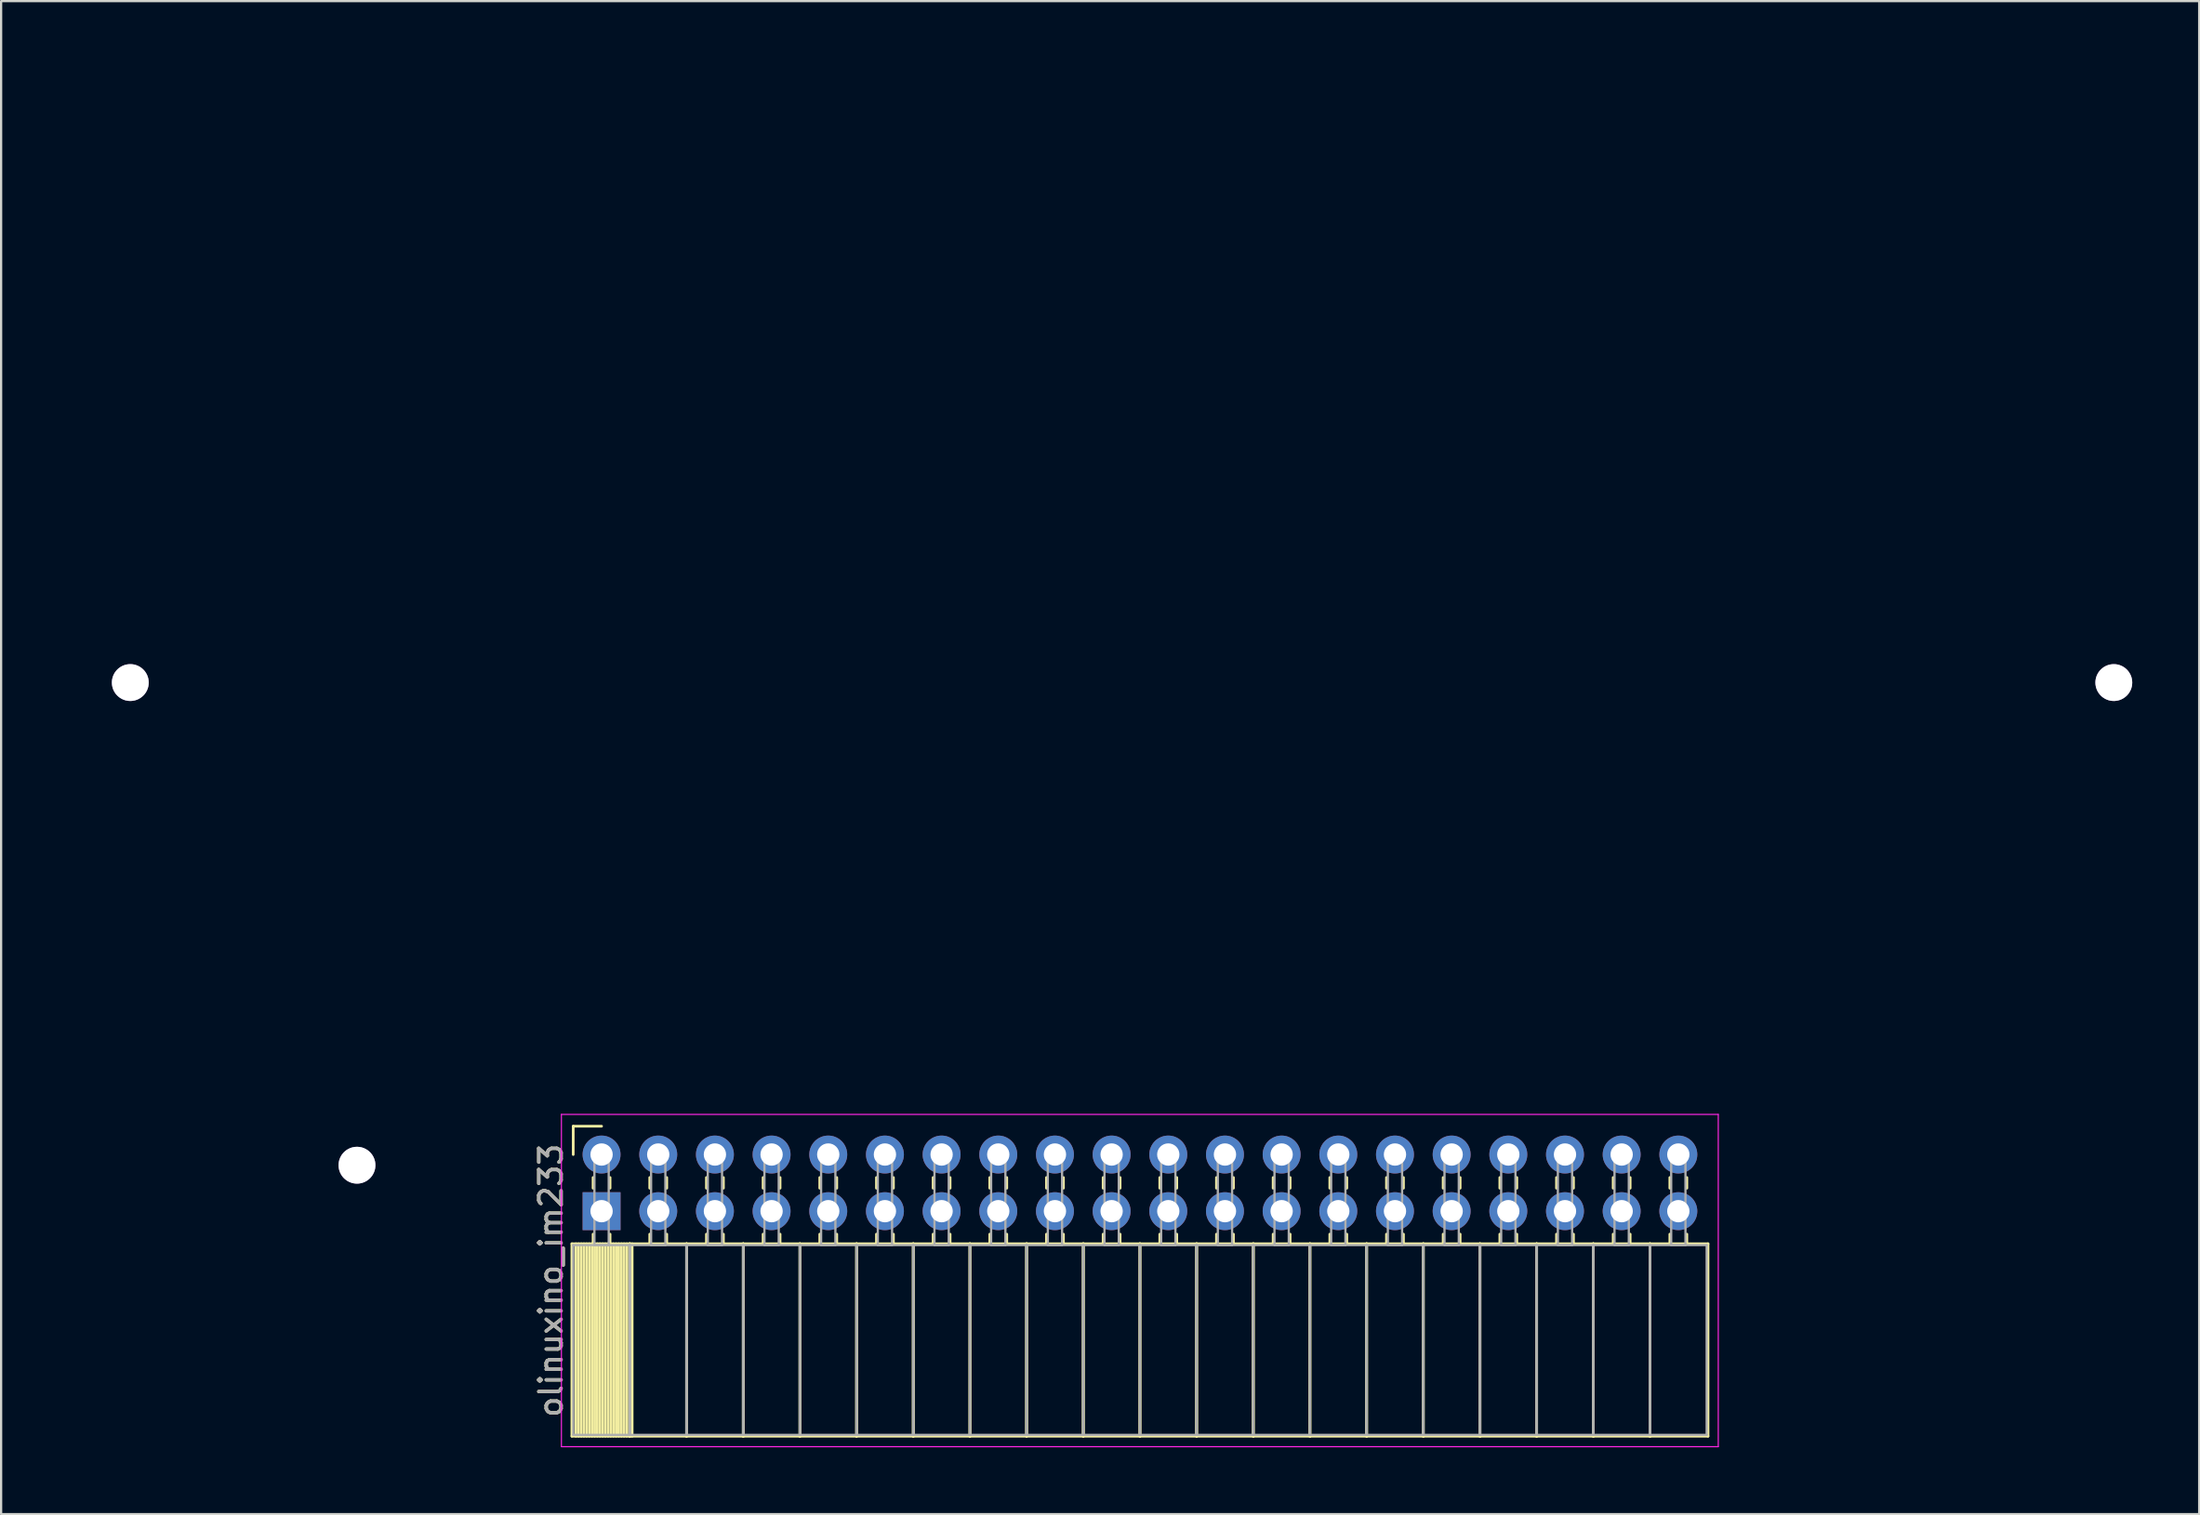
<source format=kicad_pcb>
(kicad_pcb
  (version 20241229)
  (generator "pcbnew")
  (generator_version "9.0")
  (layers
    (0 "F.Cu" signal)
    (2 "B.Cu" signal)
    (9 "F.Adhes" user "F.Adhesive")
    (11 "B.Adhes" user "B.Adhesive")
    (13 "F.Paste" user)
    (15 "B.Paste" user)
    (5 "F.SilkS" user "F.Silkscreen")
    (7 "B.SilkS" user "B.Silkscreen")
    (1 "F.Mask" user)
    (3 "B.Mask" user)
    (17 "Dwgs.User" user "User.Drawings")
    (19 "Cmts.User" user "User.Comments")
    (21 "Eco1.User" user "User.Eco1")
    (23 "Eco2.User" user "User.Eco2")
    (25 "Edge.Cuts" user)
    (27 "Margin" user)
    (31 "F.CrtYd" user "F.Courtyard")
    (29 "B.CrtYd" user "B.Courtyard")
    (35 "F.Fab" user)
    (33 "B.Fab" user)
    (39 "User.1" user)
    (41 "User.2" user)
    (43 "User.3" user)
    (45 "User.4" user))
  (footprint "olinuxino_im233"
    (layer "F.Cu")
    (at 0.25 0.25)
    (property "Reference" "olinuxino_im233" (at 21.392 54.117 90) (layer "F.SilkS") (effects (font (size 1 1) (thickness 0.15))))
    (attr through_hole)
    (fp_line (start 22.332 52.467) (end 24.932 52.467) (stroke (width 0.12) (type solid)) (layer "F.SilkS"))
    (fp_line (start 22.332 61.097) (end 22.332 52.467) (stroke (width 0.12) (type solid)) (layer "F.SilkS"))
    (fp_line (start 22.392 47.197) (end 23.662 47.197) (stroke (width 0.12) (type solid)) (layer "F.SilkS"))
    (fp_line (start 22.392 48.467) (end 22.392 47.197) (stroke (width 0.12) (type solid)) (layer "F.SilkS"))
    (fp_line (start 22.512 52.467) (end 22.512 61.097) (stroke (width 0.12) (type solid)) (layer "F.SilkS"))
    (fp_line (start 22.632 52.467) (end 22.632 61.097) (stroke (width 0.12) (type solid)) (layer "F.SilkS"))
    (fp_line (start 22.752 52.467) (end 22.752 61.097) (stroke (width 0.12) (type solid)) (layer "F.SilkS"))
    (fp_line (start 22.872 52.467) (end 22.872 61.097) (stroke (width 0.12) (type solid)) (layer "F.SilkS"))
    (fp_line (start 22.992 52.467) (end 22.992 61.097) (stroke (width 0.12) (type solid)) (layer "F.SilkS"))
    (fp_line (start 23.112 52.467) (end 23.112 61.097) (stroke (width 0.12) (type solid)) (layer "F.SilkS"))
    (fp_line (start 23.232 52.467) (end 23.232 61.097) (stroke (width 0.12) (type solid)) (layer "F.SilkS"))
    (fp_line (start 23.282 49.497) (end 23.282 49.977) (stroke (width 0.12) (type solid)) (layer "F.SilkS"))
    (fp_line (start 23.282 52.037) (end 23.282 52.467) (stroke (width 0.12) (type solid)) (layer "F.SilkS"))
    (fp_line (start 23.352 52.467) (end 23.352 61.097) (stroke (width 0.12) (type solid)) (layer "F.SilkS"))
    (fp_line (start 23.472 52.467) (end 23.472 61.097) (stroke (width 0.12) (type solid)) (layer "F.SilkS"))
    (fp_line (start 23.592 52.467) (end 23.592 61.097) (stroke (width 0.12) (type solid)) (layer "F.SilkS"))
    (fp_line (start 23.712 52.467) (end 23.712 61.097) (stroke (width 0.12) (type solid)) (layer "F.SilkS"))
    (fp_line (start 23.832 52.467) (end 23.832 61.097) (stroke (width 0.12) (type solid)) (layer "F.SilkS"))
    (fp_line (start 23.952 52.467) (end 23.952 61.097) (stroke (width 0.12) (type solid)) (layer "F.SilkS"))
    (fp_line (start 24.042 49.497) (end 24.042 49.977) (stroke (width 0.12) (type solid)) (layer "F.SilkS"))
    (fp_line (start 24.042 52.037) (end 24.042 52.467) (stroke (width 0.12) (type solid)) (layer "F.SilkS"))
    (fp_line (start 24.072 52.467) (end 24.072 61.097) (stroke (width 0.12) (type solid)) (layer "F.SilkS"))
    (fp_line (start 24.192 52.467) (end 24.192 61.097) (stroke (width 0.12) (type solid)) (layer "F.SilkS"))
    (fp_line (start 24.312 52.467) (end 24.312 61.097) (stroke (width 0.12) (type solid)) (layer "F.SilkS"))
    (fp_line (start 24.432 52.467) (end 24.432 61.097) (stroke (width 0.12) (type solid)) (layer "F.SilkS"))
    (fp_line (start 24.552 52.467) (end 24.552 61.097) (stroke (width 0.12) (type solid)) (layer "F.SilkS"))
    (fp_line (start 24.672 52.467) (end 24.672 61.097) (stroke (width 0.12) (type solid)) (layer "F.SilkS"))
    (fp_line (start 24.792 52.467) (end 24.792 61.097) (stroke (width 0.12) (type solid)) (layer "F.SilkS"))
    (fp_line (start 24.912 52.467) (end 24.912 61.097) (stroke (width 0.12) (type solid)) (layer "F.SilkS"))
    (fp_line (start 24.932 52.467) (end 24.932 61.097) (stroke (width 0.12) (type solid)) (layer "F.SilkS"))
    (fp_line (start 24.932 52.467) (end 27.472 52.467) (stroke (width 0.12) (type solid)) (layer "F.SilkS"))
    (fp_line (start 24.932 61.097) (end 22.332 61.097) (stroke (width 0.12) (type solid)) (layer "F.SilkS"))
    (fp_line (start 24.932 61.097) (end 24.932 52.467) (stroke (width 0.12) (type solid)) (layer "F.SilkS"))
    (fp_line (start 25.032 52.467) (end 25.032 61.097) (stroke (width 0.12) (type solid)) (layer "F.SilkS"))
    (fp_line (start 25.822 49.497) (end 25.822 49.977) (stroke (width 0.12) (type solid)) (layer "F.SilkS"))
    (fp_line (start 25.822 52.037) (end 25.822 52.467) (stroke (width 0.12) (type solid)) (layer "F.SilkS"))
    (fp_line (start 26.582 49.497) (end 26.582 49.977) (stroke (width 0.12) (type solid)) (layer "F.SilkS"))
    (fp_line (start 26.582 52.037) (end 26.582 52.467) (stroke (width 0.12) (type solid)) (layer "F.SilkS"))
    (fp_line (start 27.472 52.467) (end 27.472 61.097) (stroke (width 0.12) (type solid)) (layer "F.SilkS"))
    (fp_line (start 27.472 52.467) (end 30.012 52.467) (stroke (width 0.12) (type solid)) (layer "F.SilkS"))
    (fp_line (start 27.472 61.097) (end 24.932 61.097) (stroke (width 0.12) (type solid)) (layer "F.SilkS"))
    (fp_line (start 27.472 61.097) (end 27.472 52.467) (stroke (width 0.12) (type solid)) (layer "F.SilkS"))
    (fp_line (start 28.362 49.497) (end 28.362 49.977) (stroke (width 0.12) (type solid)) (layer "F.SilkS"))
    (fp_line (start 28.362 52.037) (end 28.362 52.467) (stroke (width 0.12) (type solid)) (layer "F.SilkS"))
    (fp_line (start 29.122 49.497) (end 29.122 49.977) (stroke (width 0.12) (type solid)) (layer "F.SilkS"))
    (fp_line (start 29.122 52.037) (end 29.122 52.467) (stroke (width 0.12) (type solid)) (layer "F.SilkS"))
    (fp_line (start 30.012 52.467) (end 30.012 61.097) (stroke (width 0.12) (type solid)) (layer "F.SilkS"))
    (fp_line (start 30.012 52.467) (end 32.552 52.467) (stroke (width 0.12) (type solid)) (layer "F.SilkS"))
    (fp_line (start 30.012 61.097) (end 27.472 61.097) (stroke (width 0.12) (type solid)) (layer "F.SilkS"))
    (fp_line (start 30.012 61.097) (end 30.012 52.467) (stroke (width 0.12) (type solid)) (layer "F.SilkS"))
    (fp_line (start 30.902 49.497) (end 30.902 49.977) (stroke (width 0.12) (type solid)) (layer "F.SilkS"))
    (fp_line (start 30.902 52.037) (end 30.902 52.467) (stroke (width 0.12) (type solid)) (layer "F.SilkS"))
    (fp_line (start 31.662 49.497) (end 31.662 49.977) (stroke (width 0.12) (type solid)) (layer "F.SilkS"))
    (fp_line (start 31.662 52.037) (end 31.662 52.467) (stroke (width 0.12) (type solid)) (layer "F.SilkS"))
    (fp_line (start 32.552 52.467) (end 32.552 61.097) (stroke (width 0.12) (type solid)) (layer "F.SilkS"))
    (fp_line (start 32.552 52.467) (end 35.092 52.467) (stroke (width 0.12) (type solid)) (layer "F.SilkS"))
    (fp_line (start 32.552 61.097) (end 30.012 61.097) (stroke (width 0.12) (type solid)) (layer "F.SilkS"))
    (fp_line (start 32.552 61.097) (end 32.552 52.467) (stroke (width 0.12) (type solid)) (layer "F.SilkS"))
    (fp_line (start 33.442 49.497) (end 33.442 49.977) (stroke (width 0.12) (type solid)) (layer "F.SilkS"))
    (fp_line (start 33.442 52.037) (end 33.442 52.467) (stroke (width 0.12) (type solid)) (layer "F.SilkS"))
    (fp_line (start 34.202 49.497) (end 34.202 49.977) (stroke (width 0.12) (type solid)) (layer "F.SilkS"))
    (fp_line (start 34.202 52.037) (end 34.202 52.467) (stroke (width 0.12) (type solid)) (layer "F.SilkS"))
    (fp_line (start 35.092 52.467) (end 35.092 61.097) (stroke (width 0.12) (type solid)) (layer "F.SilkS"))
    (fp_line (start 35.092 52.467) (end 37.632 52.467) (stroke (width 0.12) (type solid)) (layer "F.SilkS"))
    (fp_line (start 35.092 61.097) (end 32.552 61.097) (stroke (width 0.12) (type solid)) (layer "F.SilkS"))
    (fp_line (start 35.092 61.097) (end 35.092 52.467) (stroke (width 0.12) (type solid)) (layer "F.SilkS"))
    (fp_line (start 35.982 49.497) (end 35.982 49.977) (stroke (width 0.12) (type solid)) (layer "F.SilkS"))
    (fp_line (start 35.982 52.037) (end 35.982 52.467) (stroke (width 0.12) (type solid)) (layer "F.SilkS"))
    (fp_line (start 36.742 49.497) (end 36.742 49.977) (stroke (width 0.12) (type solid)) (layer "F.SilkS"))
    (fp_line (start 36.742 52.037) (end 36.742 52.467) (stroke (width 0.12) (type solid)) (layer "F.SilkS"))
    (fp_line (start 37.632 52.467) (end 37.632 61.097) (stroke (width 0.12) (type solid)) (layer "F.SilkS"))
    (fp_line (start 37.632 52.467) (end 40.172 52.467) (stroke (width 0.12) (type solid)) (layer "F.SilkS"))
    (fp_line (start 37.632 61.097) (end 35.092 61.097) (stroke (width 0.12) (type solid)) (layer "F.SilkS"))
    (fp_line (start 37.632 61.097) (end 37.632 52.467) (stroke (width 0.12) (type solid)) (layer "F.SilkS"))
    (fp_line (start 38.522 49.497) (end 38.522 49.977) (stroke (width 0.12) (type solid)) (layer "F.SilkS"))
    (fp_line (start 38.522 52.037) (end 38.522 52.467) (stroke (width 0.12) (type solid)) (layer "F.SilkS"))
    (fp_line (start 39.282 49.497) (end 39.282 49.977) (stroke (width 0.12) (type solid)) (layer "F.SilkS"))
    (fp_line (start 39.282 52.037) (end 39.282 52.467) (stroke (width 0.12) (type solid)) (layer "F.SilkS"))
    (fp_line (start 40.172 52.467) (end 40.172 61.097) (stroke (width 0.12) (type solid)) (layer "F.SilkS"))
    (fp_line (start 40.172 52.467) (end 42.712 52.467) (stroke (width 0.12) (type solid)) (layer "F.SilkS"))
    (fp_line (start 40.172 61.097) (end 37.632 61.097) (stroke (width 0.12) (type solid)) (layer "F.SilkS"))
    (fp_line (start 40.172 61.097) (end 40.172 52.467) (stroke (width 0.12) (type solid)) (layer "F.SilkS"))
    (fp_line (start 41.062 49.497) (end 41.062 49.977) (stroke (width 0.12) (type solid)) (layer "F.SilkS"))
    (fp_line (start 41.062 52.037) (end 41.062 52.467) (stroke (width 0.12) (type solid)) (layer "F.SilkS"))
    (fp_line (start 41.822 49.497) (end 41.822 49.977) (stroke (width 0.12) (type solid)) (layer "F.SilkS"))
    (fp_line (start 41.822 52.037) (end 41.822 52.467) (stroke (width 0.12) (type solid)) (layer "F.SilkS"))
    (fp_line (start 42.712 52.467) (end 42.712 61.097) (stroke (width 0.12) (type solid)) (layer "F.SilkS"))
    (fp_line (start 42.712 52.467) (end 45.252 52.467) (stroke (width 0.12) (type solid)) (layer "F.SilkS"))
    (fp_line (start 42.712 61.097) (end 40.172 61.097) (stroke (width 0.12) (type solid)) (layer "F.SilkS"))
    (fp_line (start 42.712 61.097) (end 42.712 52.467) (stroke (width 0.12) (type solid)) (layer "F.SilkS"))
    (fp_line (start 43.602 49.497) (end 43.602 49.977) (stroke (width 0.12) (type solid)) (layer "F.SilkS"))
    (fp_line (start 43.602 52.037) (end 43.602 52.467) (stroke (width 0.12) (type solid)) (layer "F.SilkS"))
    (fp_line (start 44.362 49.497) (end 44.362 49.977) (stroke (width 0.12) (type solid)) (layer "F.SilkS"))
    (fp_line (start 44.362 52.037) (end 44.362 52.467) (stroke (width 0.12) (type solid)) (layer "F.SilkS"))
    (fp_line (start 45.252 52.467) (end 45.252 61.097) (stroke (width 0.12) (type solid)) (layer "F.SilkS"))
    (fp_line (start 45.252 52.467) (end 47.792 52.467) (stroke (width 0.12) (type solid)) (layer "F.SilkS"))
    (fp_line (start 45.252 61.097) (end 42.712 61.097) (stroke (width 0.12) (type solid)) (layer "F.SilkS"))
    (fp_line (start 45.252 61.097) (end 45.252 52.467) (stroke (width 0.12) (type solid)) (layer "F.SilkS"))
    (fp_line (start 46.142 49.497) (end 46.142 49.977) (stroke (width 0.12) (type solid)) (layer "F.SilkS"))
    (fp_line (start 46.142 52.037) (end 46.142 52.467) (stroke (width 0.12) (type solid)) (layer "F.SilkS"))
    (fp_line (start 46.902 49.497) (end 46.902 49.977) (stroke (width 0.12) (type solid)) (layer "F.SilkS"))
    (fp_line (start 46.902 52.037) (end 46.902 52.467) (stroke (width 0.12) (type solid)) (layer "F.SilkS"))
    (fp_line (start 47.792 52.467) (end 47.792 61.097) (stroke (width 0.12) (type solid)) (layer "F.SilkS"))
    (fp_line (start 47.792 52.467) (end 50.332 52.467) (stroke (width 0.12) (type solid)) (layer "F.SilkS"))
    (fp_line (start 47.792 61.097) (end 45.252 61.097) (stroke (width 0.12) (type solid)) (layer "F.SilkS"))
    (fp_line (start 47.792 61.097) (end 47.792 52.467) (stroke (width 0.12) (type solid)) (layer "F.SilkS"))
    (fp_line (start 48.682 49.497) (end 48.682 49.977) (stroke (width 0.12) (type solid)) (layer "F.SilkS"))
    (fp_line (start 48.682 52.037) (end 48.682 52.467) (stroke (width 0.12) (type solid)) (layer "F.SilkS"))
    (fp_line (start 49.442 49.497) (end 49.442 49.977) (stroke (width 0.12) (type solid)) (layer "F.SilkS"))
    (fp_line (start 49.442 52.037) (end 49.442 52.467) (stroke (width 0.12) (type solid)) (layer "F.SilkS"))
    (fp_line (start 50.332 52.467) (end 50.332 61.097) (stroke (width 0.12) (type solid)) (layer "F.SilkS"))
    (fp_line (start 50.332 52.467) (end 52.872 52.467) (stroke (width 0.12) (type solid)) (layer "F.SilkS"))
    (fp_line (start 50.332 61.097) (end 47.792 61.097) (stroke (width 0.12) (type solid)) (layer "F.SilkS"))
    (fp_line (start 50.332 61.097) (end 50.332 52.467) (stroke (width 0.12) (type solid)) (layer "F.SilkS"))
    (fp_line (start 51.222 49.497) (end 51.222 49.977) (stroke (width 0.12) (type solid)) (layer "F.SilkS"))
    (fp_line (start 51.222 52.037) (end 51.222 52.467) (stroke (width 0.12) (type solid)) (layer "F.SilkS"))
    (fp_line (start 51.982 49.497) (end 51.982 49.977) (stroke (width 0.12) (type solid)) (layer "F.SilkS"))
    (fp_line (start 51.982 52.037) (end 51.982 52.467) (stroke (width 0.12) (type solid)) (layer "F.SilkS"))
    (fp_line (start 52.872 52.467) (end 52.872 61.097) (stroke (width 0.12) (type solid)) (layer "F.SilkS"))
    (fp_line (start 52.872 52.467) (end 55.412 52.467) (stroke (width 0.12) (type solid)) (layer "F.SilkS"))
    (fp_line (start 52.872 61.097) (end 50.332 61.097) (stroke (width 0.12) (type solid)) (layer "F.SilkS"))
    (fp_line (start 52.872 61.097) (end 52.872 52.467) (stroke (width 0.12) (type solid)) (layer "F.SilkS"))
    (fp_line (start 53.762 49.497) (end 53.762 49.977) (stroke (width 0.12) (type solid)) (layer "F.SilkS"))
    (fp_line (start 53.762 52.037) (end 53.762 52.467) (stroke (width 0.12) (type solid)) (layer "F.SilkS"))
    (fp_line (start 54.522 49.497) (end 54.522 49.977) (stroke (width 0.12) (type solid)) (layer "F.SilkS"))
    (fp_line (start 54.522 52.037) (end 54.522 52.467) (stroke (width 0.12) (type solid)) (layer "F.SilkS"))
    (fp_line (start 55.412 52.467) (end 55.412 61.097) (stroke (width 0.12) (type solid)) (layer "F.SilkS"))
    (fp_line (start 55.412 52.467) (end 57.952 52.467) (stroke (width 0.12) (type solid)) (layer "F.SilkS"))
    (fp_line (start 55.412 61.097) (end 52.872 61.097) (stroke (width 0.12) (type solid)) (layer "F.SilkS"))
    (fp_line (start 55.412 61.097) (end 55.412 52.467) (stroke (width 0.12) (type solid)) (layer "F.SilkS"))
    (fp_line (start 56.302 49.497) (end 56.302 49.977) (stroke (width 0.12) (type solid)) (layer "F.SilkS"))
    (fp_line (start 56.302 52.037) (end 56.302 52.467) (stroke (width 0.12) (type solid)) (layer "F.SilkS"))
    (fp_line (start 57.062 49.497) (end 57.062 49.977) (stroke (width 0.12) (type solid)) (layer "F.SilkS"))
    (fp_line (start 57.062 52.037) (end 57.062 52.467) (stroke (width 0.12) (type solid)) (layer "F.SilkS"))
    (fp_line (start 57.952 52.467) (end 57.952 61.097) (stroke (width 0.12) (type solid)) (layer "F.SilkS"))
    (fp_line (start 57.952 52.467) (end 60.492 52.467) (stroke (width 0.12) (type solid)) (layer "F.SilkS"))
    (fp_line (start 57.952 61.097) (end 55.412 61.097) (stroke (width 0.12) (type solid)) (layer "F.SilkS"))
    (fp_line (start 57.952 61.097) (end 57.952 52.467) (stroke (width 0.12) (type solid)) (layer "F.SilkS"))
    (fp_line (start 58.842 49.497) (end 58.842 49.977) (stroke (width 0.12) (type solid)) (layer "F.SilkS"))
    (fp_line (start 58.842 52.037) (end 58.842 52.467) (stroke (width 0.12) (type solid)) (layer "F.SilkS"))
    (fp_line (start 59.602 49.497) (end 59.602 49.977) (stroke (width 0.12) (type solid)) (layer "F.SilkS"))
    (fp_line (start 59.602 52.037) (end 59.602 52.467) (stroke (width 0.12) (type solid)) (layer "F.SilkS"))
    (fp_line (start 60.492 52.467) (end 60.492 61.097) (stroke (width 0.12) (type solid)) (layer "F.SilkS"))
    (fp_line (start 60.492 52.467) (end 63.032 52.467) (stroke (width 0.12) (type solid)) (layer "F.SilkS"))
    (fp_line (start 60.492 61.097) (end 57.952 61.097) (stroke (width 0.12) (type solid)) (layer "F.SilkS"))
    (fp_line (start 60.492 61.097) (end 60.492 52.467) (stroke (width 0.12) (type solid)) (layer "F.SilkS"))
    (fp_line (start 61.382 49.497) (end 61.382 49.977) (stroke (width 0.12) (type solid)) (layer "F.SilkS"))
    (fp_line (start 61.382 52.037) (end 61.382 52.467) (stroke (width 0.12) (type solid)) (layer "F.SilkS"))
    (fp_line (start 62.142 49.497) (end 62.142 49.977) (stroke (width 0.12) (type solid)) (layer "F.SilkS"))
    (fp_line (start 62.142 52.037) (end 62.142 52.467) (stroke (width 0.12) (type solid)) (layer "F.SilkS"))
    (fp_line (start 63.032 52.467) (end 63.032 61.097) (stroke (width 0.12) (type solid)) (layer "F.SilkS"))
    (fp_line (start 63.032 52.467) (end 65.572 52.467) (stroke (width 0.12) (type solid)) (layer "F.SilkS"))
    (fp_line (start 63.032 61.097) (end 60.492 61.097) (stroke (width 0.12) (type solid)) (layer "F.SilkS"))
    (fp_line (start 63.032 61.097) (end 63.032 52.467) (stroke (width 0.12) (type solid)) (layer "F.SilkS"))
    (fp_line (start 63.922 49.497) (end 63.922 49.977) (stroke (width 0.12) (type solid)) (layer "F.SilkS"))
    (fp_line (start 63.922 52.037) (end 63.922 52.467) (stroke (width 0.12) (type solid)) (layer "F.SilkS"))
    (fp_line (start 64.682 49.497) (end 64.682 49.977) (stroke (width 0.12) (type solid)) (layer "F.SilkS"))
    (fp_line (start 64.682 52.037) (end 64.682 52.467) (stroke (width 0.12) (type solid)) (layer "F.SilkS"))
    (fp_line (start 65.572 52.467) (end 65.572 61.097) (stroke (width 0.12) (type solid)) (layer "F.SilkS"))
    (fp_line (start 65.572 52.467) (end 68.112 52.467) (stroke (width 0.12) (type solid)) (layer "F.SilkS"))
    (fp_line (start 65.572 61.097) (end 63.032 61.097) (stroke (width 0.12) (type solid)) (layer "F.SilkS"))
    (fp_line (start 65.572 61.097) (end 65.572 52.467) (stroke (width 0.12) (type solid)) (layer "F.SilkS"))
    (fp_line (start 66.462 49.497) (end 66.462 49.977) (stroke (width 0.12) (type solid)) (layer "F.SilkS"))
    (fp_line (start 66.462 52.037) (end 66.462 52.467) (stroke (width 0.12) (type solid)) (layer "F.SilkS"))
    (fp_line (start 67.222 49.497) (end 67.222 49.977) (stroke (width 0.12) (type solid)) (layer "F.SilkS"))
    (fp_line (start 67.222 52.037) (end 67.222 52.467) (stroke (width 0.12) (type solid)) (layer "F.SilkS"))
    (fp_line (start 68.112 52.467) (end 68.112 61.097) (stroke (width 0.12) (type solid)) (layer "F.SilkS"))
    (fp_line (start 68.112 52.467) (end 70.652 52.467) (stroke (width 0.12) (type solid)) (layer "F.SilkS"))
    (fp_line (start 68.112 61.097) (end 65.572 61.097) (stroke (width 0.12) (type solid)) (layer "F.SilkS"))
    (fp_line (start 68.112 61.097) (end 68.112 52.467) (stroke (width 0.12) (type solid)) (layer "F.SilkS"))
    (fp_line (start 69.002 49.497) (end 69.002 49.977) (stroke (width 0.12) (type solid)) (layer "F.SilkS"))
    (fp_line (start 69.002 52.037) (end 69.002 52.467) (stroke (width 0.12) (type solid)) (layer "F.SilkS"))
    (fp_line (start 69.762 49.497) (end 69.762 49.977) (stroke (width 0.12) (type solid)) (layer "F.SilkS"))
    (fp_line (start 69.762 52.037) (end 69.762 52.467) (stroke (width 0.12) (type solid)) (layer "F.SilkS"))
    (fp_line (start 70.652 52.467) (end 70.652 61.097) (stroke (width 0.12) (type solid)) (layer "F.SilkS"))
    (fp_line (start 70.652 52.467) (end 73.252 52.467) (stroke (width 0.12) (type solid)) (layer "F.SilkS"))
    (fp_line (start 70.652 61.097) (end 68.112 61.097) (stroke (width 0.12) (type solid)) (layer "F.SilkS"))
    (fp_line (start 70.652 61.097) (end 70.652 52.467) (stroke (width 0.12) (type solid)) (layer "F.SilkS"))
    (fp_line (start 71.542 49.497) (end 71.542 49.977) (stroke (width 0.12) (type solid)) (layer "F.SilkS"))
    (fp_line (start 71.542 52.037) (end 71.542 52.467) (stroke (width 0.12) (type solid)) (layer "F.SilkS"))
    (fp_line (start 72.302 49.497) (end 72.302 49.977) (stroke (width 0.12) (type solid)) (layer "F.SilkS"))
    (fp_line (start 72.302 52.037) (end 72.302 52.467) (stroke (width 0.12) (type solid)) (layer "F.SilkS"))
    (fp_line (start 73.252 52.467) (end 73.252 61.097) (stroke (width 0.12) (type solid)) (layer "F.SilkS"))
    (fp_line (start 73.252 61.097) (end 70.652 61.097) (stroke (width 0.12) (type solid)) (layer "F.SilkS"))
    (fp_line (start 21.862 46.667) (end 73.712 46.667) (stroke (width 0.05) (type solid)) (layer "F.CrtYd"))
    (fp_line (start 21.862 61.567) (end 21.862 46.667) (stroke (width 0.05) (type solid)) (layer "F.CrtYd"))
    (fp_line (start 73.712 46.667) (end 73.712 61.567) (stroke (width 0.05) (type solid)) (layer "F.CrtYd"))
    (fp_line (start 73.712 61.567) (end 21.862 61.567) (stroke (width 0.05) (type solid)) (layer "F.CrtYd"))
    (fp_line (start 22.392 52.527) (end 24.932 52.527) (stroke (width 0.1) (type solid)) (layer "F.Fab"))
    (fp_line (start 22.392 61.037) (end 22.392 52.527) (stroke (width 0.1) (type solid)) (layer "F.Fab"))
    (fp_line (start 23.342 48.467) (end 23.982 48.467) (stroke (width 0.1) (type solid)) (layer "F.Fab"))
    (fp_line (start 23.342 52.527) (end 23.342 48.467) (stroke (width 0.1) (type solid)) (layer "F.Fab"))
    (fp_line (start 23.982 48.467) (end 23.982 52.527) (stroke (width 0.1) (type solid)) (layer "F.Fab"))
    (fp_line (start 23.982 52.527) (end 23.342 52.527) (stroke (width 0.1) (type solid)) (layer "F.Fab"))
    (fp_line (start 24.932 52.527) (end 24.932 61.037) (stroke (width 0.1) (type solid)) (layer "F.Fab"))
    (fp_line (start 24.932 52.527) (end 27.472 52.527) (stroke (width 0.1) (type solid)) (layer "F.Fab"))
    (fp_line (start 24.932 61.037) (end 22.392 61.037) (stroke (width 0.1) (type solid)) (layer "F.Fab"))
    (fp_line (start 24.932 61.037) (end 24.932 52.527) (stroke (width 0.1) (type solid)) (layer "F.Fab"))
    (fp_line (start 25.882 48.467) (end 26.522 48.467) (stroke (width 0.1) (type solid)) (layer "F.Fab"))
    (fp_line (start 25.882 52.527) (end 25.882 48.467) (stroke (width 0.1) (type solid)) (layer "F.Fab"))
    (fp_line (start 26.522 48.467) (end 26.522 52.527) (stroke (width 0.1) (type solid)) (layer "F.Fab"))
    (fp_line (start 26.522 52.527) (end 25.882 52.527) (stroke (width 0.1) (type solid)) (layer "F.Fab"))
    (fp_line (start 27.472 52.527) (end 27.472 61.037) (stroke (width 0.1) (type solid)) (layer "F.Fab"))
    (fp_line (start 27.472 52.527) (end 30.012 52.527) (stroke (width 0.1) (type solid)) (layer "F.Fab"))
    (fp_line (start 27.472 61.037) (end 24.932 61.037) (stroke (width 0.1) (type solid)) (layer "F.Fab"))
    (fp_line (start 27.472 61.037) (end 27.472 52.527) (stroke (width 0.1) (type solid)) (layer "F.Fab"))
    (fp_line (start 28.422 48.467) (end 29.062 48.467) (stroke (width 0.1) (type solid)) (layer "F.Fab"))
    (fp_line (start 28.422 52.527) (end 28.422 48.467) (stroke (width 0.1) (type solid)) (layer "F.Fab"))
    (fp_line (start 29.062 48.467) (end 29.062 52.527) (stroke (width 0.1) (type solid)) (layer "F.Fab"))
    (fp_line (start 29.062 52.527) (end 28.422 52.527) (stroke (width 0.1) (type solid)) (layer "F.Fab"))
    (fp_line (start 30.012 52.527) (end 30.012 61.037) (stroke (width 0.1) (type solid)) (layer "F.Fab"))
    (fp_line (start 30.012 52.527) (end 32.552 52.527) (stroke (width 0.1) (type solid)) (layer "F.Fab"))
    (fp_line (start 30.012 61.037) (end 27.472 61.037) (stroke (width 0.1) (type solid)) (layer "F.Fab"))
    (fp_line (start 30.012 61.037) (end 30.012 52.527) (stroke (width 0.1) (type solid)) (layer "F.Fab"))
    (fp_line (start 30.962 48.467) (end 31.602 48.467) (stroke (width 0.1) (type solid)) (layer "F.Fab"))
    (fp_line (start 30.962 52.527) (end 30.962 48.467) (stroke (width 0.1) (type solid)) (layer "F.Fab"))
    (fp_line (start 31.602 48.467) (end 31.602 52.527) (stroke (width 0.1) (type solid)) (layer "F.Fab"))
    (fp_line (start 31.602 52.527) (end 30.962 52.527) (stroke (width 0.1) (type solid)) (layer "F.Fab"))
    (fp_line (start 32.552 52.527) (end 32.552 61.037) (stroke (width 0.1) (type solid)) (layer "F.Fab"))
    (fp_line (start 32.552 52.527) (end 35.092 52.527) (stroke (width 0.1) (type solid)) (layer "F.Fab"))
    (fp_line (start 32.552 61.037) (end 30.012 61.037) (stroke (width 0.1) (type solid)) (layer "F.Fab"))
    (fp_line (start 32.552 61.037) (end 32.552 52.527) (stroke (width 0.1) (type solid)) (layer "F.Fab"))
    (fp_line (start 33.502 48.467) (end 34.142 48.467) (stroke (width 0.1) (type solid)) (layer "F.Fab"))
    (fp_line (start 33.502 52.527) (end 33.502 48.467) (stroke (width 0.1) (type solid)) (layer "F.Fab"))
    (fp_line (start 34.142 48.467) (end 34.142 52.527) (stroke (width 0.1) (type solid)) (layer "F.Fab"))
    (fp_line (start 34.142 52.527) (end 33.502 52.527) (stroke (width 0.1) (type solid)) (layer "F.Fab"))
    (fp_line (start 35.092 52.527) (end 35.092 61.037) (stroke (width 0.1) (type solid)) (layer "F.Fab"))
    (fp_line (start 35.092 52.527) (end 37.632 52.527) (stroke (width 0.1) (type solid)) (layer "F.Fab"))
    (fp_line (start 35.092 61.037) (end 32.552 61.037) (stroke (width 0.1) (type solid)) (layer "F.Fab"))
    (fp_line (start 35.092 61.037) (end 35.092 52.527) (stroke (width 0.1) (type solid)) (layer "F.Fab"))
    (fp_line (start 36.042 48.467) (end 36.682 48.467) (stroke (width 0.1) (type solid)) (layer "F.Fab"))
    (fp_line (start 36.042 52.527) (end 36.042 48.467) (stroke (width 0.1) (type solid)) (layer "F.Fab"))
    (fp_line (start 36.682 48.467) (end 36.682 52.527) (stroke (width 0.1) (type solid)) (layer "F.Fab"))
    (fp_line (start 36.682 52.527) (end 36.042 52.527) (stroke (width 0.1) (type solid)) (layer "F.Fab"))
    (fp_line (start 37.632 52.527) (end 37.632 61.037) (stroke (width 0.1) (type solid)) (layer "F.Fab"))
    (fp_line (start 37.632 52.527) (end 40.172 52.527) (stroke (width 0.1) (type solid)) (layer "F.Fab"))
    (fp_line (start 37.632 61.037) (end 35.092 61.037) (stroke (width 0.1) (type solid)) (layer "F.Fab"))
    (fp_line (start 37.632 61.037) (end 37.632 52.527) (stroke (width 0.1) (type solid)) (layer "F.Fab"))
    (fp_line (start 38.582 48.467) (end 39.222 48.467) (stroke (width 0.1) (type solid)) (layer "F.Fab"))
    (fp_line (start 38.582 52.527) (end 38.582 48.467) (stroke (width 0.1) (type solid)) (layer "F.Fab"))
    (fp_line (start 39.222 48.467) (end 39.222 52.527) (stroke (width 0.1) (type solid)) (layer "F.Fab"))
    (fp_line (start 39.222 52.527) (end 38.582 52.527) (stroke (width 0.1) (type solid)) (layer "F.Fab"))
    (fp_line (start 40.172 52.527) (end 40.172 61.037) (stroke (width 0.1) (type solid)) (layer "F.Fab"))
    (fp_line (start 40.172 52.527) (end 42.712 52.527) (stroke (width 0.1) (type solid)) (layer "F.Fab"))
    (fp_line (start 40.172 61.037) (end 37.632 61.037) (stroke (width 0.1) (type solid)) (layer "F.Fab"))
    (fp_line (start 40.172 61.037) (end 40.172 52.527) (stroke (width 0.1) (type solid)) (layer "F.Fab"))
    (fp_line (start 41.122 48.467) (end 41.762 48.467) (stroke (width 0.1) (type solid)) (layer "F.Fab"))
    (fp_line (start 41.122 52.527) (end 41.122 48.467) (stroke (width 0.1) (type solid)) (layer "F.Fab"))
    (fp_line (start 41.762 48.467) (end 41.762 52.527) (stroke (width 0.1) (type solid)) (layer "F.Fab"))
    (fp_line (start 41.762 52.527) (end 41.122 52.527) (stroke (width 0.1) (type solid)) (layer "F.Fab"))
    (fp_line (start 42.712 52.527) (end 42.712 61.037) (stroke (width 0.1) (type solid)) (layer "F.Fab"))
    (fp_line (start 42.712 52.527) (end 45.252 52.527) (stroke (width 0.1) (type solid)) (layer "F.Fab"))
    (fp_line (start 42.712 61.037) (end 40.172 61.037) (stroke (width 0.1) (type solid)) (layer "F.Fab"))
    (fp_line (start 42.712 61.037) (end 42.712 52.527) (stroke (width 0.1) (type solid)) (layer "F.Fab"))
    (fp_line (start 43.662 48.467) (end 44.302 48.467) (stroke (width 0.1) (type solid)) (layer "F.Fab"))
    (fp_line (start 43.662 52.527) (end 43.662 48.467) (stroke (width 0.1) (type solid)) (layer "F.Fab"))
    (fp_line (start 44.302 48.467) (end 44.302 52.527) (stroke (width 0.1) (type solid)) (layer "F.Fab"))
    (fp_line (start 44.302 52.527) (end 43.662 52.527) (stroke (width 0.1) (type solid)) (layer "F.Fab"))
    (fp_line (start 45.252 52.527) (end 45.252 61.037) (stroke (width 0.1) (type solid)) (layer "F.Fab"))
    (fp_line (start 45.252 52.527) (end 47.792 52.527) (stroke (width 0.1) (type solid)) (layer "F.Fab"))
    (fp_line (start 45.252 61.037) (end 42.712 61.037) (stroke (width 0.1) (type solid)) (layer "F.Fab"))
    (fp_line (start 45.252 61.037) (end 45.252 52.527) (stroke (width 0.1) (type solid)) (layer "F.Fab"))
    (fp_line (start 46.202 48.467) (end 46.842 48.467) (stroke (width 0.1) (type solid)) (layer "F.Fab"))
    (fp_line (start 46.202 52.527) (end 46.202 48.467) (stroke (width 0.1) (type solid)) (layer "F.Fab"))
    (fp_line (start 46.842 48.467) (end 46.842 52.527) (stroke (width 0.1) (type solid)) (layer "F.Fab"))
    (fp_line (start 46.842 52.527) (end 46.202 52.527) (stroke (width 0.1) (type solid)) (layer "F.Fab"))
    (fp_line (start 47.792 52.527) (end 47.792 61.037) (stroke (width 0.1) (type solid)) (layer "F.Fab"))
    (fp_line (start 47.792 52.527) (end 50.332 52.527) (stroke (width 0.1) (type solid)) (layer "F.Fab"))
    (fp_line (start 47.792 61.037) (end 45.252 61.037) (stroke (width 0.1) (type solid)) (layer "F.Fab"))
    (fp_line (start 47.792 61.037) (end 47.792 52.527) (stroke (width 0.1) (type solid)) (layer "F.Fab"))
    (fp_line (start 48.742 48.467) (end 49.382 48.467) (stroke (width 0.1) (type solid)) (layer "F.Fab"))
    (fp_line (start 48.742 52.527) (end 48.742 48.467) (stroke (width 0.1) (type solid)) (layer "F.Fab"))
    (fp_line (start 49.382 48.467) (end 49.382 52.527) (stroke (width 0.1) (type solid)) (layer "F.Fab"))
    (fp_line (start 49.382 52.527) (end 48.742 52.527) (stroke (width 0.1) (type solid)) (layer "F.Fab"))
    (fp_line (start 50.332 52.527) (end 50.332 61.037) (stroke (width 0.1) (type solid)) (layer "F.Fab"))
    (fp_line (start 50.332 52.527) (end 52.872 52.527) (stroke (width 0.1) (type solid)) (layer "F.Fab"))
    (fp_line (start 50.332 61.037) (end 47.792 61.037) (stroke (width 0.1) (type solid)) (layer "F.Fab"))
    (fp_line (start 50.332 61.037) (end 50.332 52.527) (stroke (width 0.1) (type solid)) (layer "F.Fab"))
    (fp_line (start 51.282 48.467) (end 51.922 48.467) (stroke (width 0.1) (type solid)) (layer "F.Fab"))
    (fp_line (start 51.282 52.527) (end 51.282 48.467) (stroke (width 0.1) (type solid)) (layer "F.Fab"))
    (fp_line (start 51.922 48.467) (end 51.922 52.527) (stroke (width 0.1) (type solid)) (layer "F.Fab"))
    (fp_line (start 51.922 52.527) (end 51.282 52.527) (stroke (width 0.1) (type solid)) (layer "F.Fab"))
    (fp_line (start 52.872 52.527) (end 52.872 61.037) (stroke (width 0.1) (type solid)) (layer "F.Fab"))
    (fp_line (start 52.872 52.527) (end 55.412 52.527) (stroke (width 0.1) (type solid)) (layer "F.Fab"))
    (fp_line (start 52.872 61.037) (end 50.332 61.037) (stroke (width 0.1) (type solid)) (layer "F.Fab"))
    (fp_line (start 52.872 61.037) (end 52.872 52.527) (stroke (width 0.1) (type solid)) (layer "F.Fab"))
    (fp_line (start 53.822 48.467) (end 54.462 48.467) (stroke (width 0.1) (type solid)) (layer "F.Fab"))
    (fp_line (start 53.822 52.527) (end 53.822 48.467) (stroke (width 0.1) (type solid)) (layer "F.Fab"))
    (fp_line (start 54.462 48.467) (end 54.462 52.527) (stroke (width 0.1) (type solid)) (layer "F.Fab"))
    (fp_line (start 54.462 52.527) (end 53.822 52.527) (stroke (width 0.1) (type solid)) (layer "F.Fab"))
    (fp_line (start 55.412 52.527) (end 55.412 61.037) (stroke (width 0.1) (type solid)) (layer "F.Fab"))
    (fp_line (start 55.412 52.527) (end 57.952 52.527) (stroke (width 0.1) (type solid)) (layer "F.Fab"))
    (fp_line (start 55.412 61.037) (end 52.872 61.037) (stroke (width 0.1) (type solid)) (layer "F.Fab"))
    (fp_line (start 55.412 61.037) (end 55.412 52.527) (stroke (width 0.1) (type solid)) (layer "F.Fab"))
    (fp_line (start 56.362 48.467) (end 57.002 48.467) (stroke (width 0.1) (type solid)) (layer "F.Fab"))
    (fp_line (start 56.362 52.527) (end 56.362 48.467) (stroke (width 0.1) (type solid)) (layer "F.Fab"))
    (fp_line (start 57.002 48.467) (end 57.002 52.527) (stroke (width 0.1) (type solid)) (layer "F.Fab"))
    (fp_line (start 57.002 52.527) (end 56.362 52.527) (stroke (width 0.1) (type solid)) (layer "F.Fab"))
    (fp_line (start 57.952 52.527) (end 57.952 61.037) (stroke (width 0.1) (type solid)) (layer "F.Fab"))
    (fp_line (start 57.952 52.527) (end 60.492 52.527) (stroke (width 0.1) (type solid)) (layer "F.Fab"))
    (fp_line (start 57.952 61.037) (end 55.412 61.037) (stroke (width 0.1) (type solid)) (layer "F.Fab"))
    (fp_line (start 57.952 61.037) (end 57.952 52.527) (stroke (width 0.1) (type solid)) (layer "F.Fab"))
    (fp_line (start 58.902 48.467) (end 59.542 48.467) (stroke (width 0.1) (type solid)) (layer "F.Fab"))
    (fp_line (start 58.902 52.527) (end 58.902 48.467) (stroke (width 0.1) (type solid)) (layer "F.Fab"))
    (fp_line (start 59.542 48.467) (end 59.542 52.527) (stroke (width 0.1) (type solid)) (layer "F.Fab"))
    (fp_line (start 59.542 52.527) (end 58.902 52.527) (stroke (width 0.1) (type solid)) (layer "F.Fab"))
    (fp_line (start 60.492 52.527) (end 60.492 61.037) (stroke (width 0.1) (type solid)) (layer "F.Fab"))
    (fp_line (start 60.492 52.527) (end 63.032 52.527) (stroke (width 0.1) (type solid)) (layer "F.Fab"))
    (fp_line (start 60.492 61.037) (end 57.952 61.037) (stroke (width 0.1) (type solid)) (layer "F.Fab"))
    (fp_line (start 60.492 61.037) (end 60.492 52.527) (stroke (width 0.1) (type solid)) (layer "F.Fab"))
    (fp_line (start 61.442 48.467) (end 62.082 48.467) (stroke (width 0.1) (type solid)) (layer "F.Fab"))
    (fp_line (start 61.442 52.527) (end 61.442 48.467) (stroke (width 0.1) (type solid)) (layer "F.Fab"))
    (fp_line (start 62.082 48.467) (end 62.082 52.527) (stroke (width 0.1) (type solid)) (layer "F.Fab"))
    (fp_line (start 62.082 52.527) (end 61.442 52.527) (stroke (width 0.1) (type solid)) (layer "F.Fab"))
    (fp_line (start 63.032 52.527) (end 63.032 61.037) (stroke (width 0.1) (type solid)) (layer "F.Fab"))
    (fp_line (start 63.032 52.527) (end 65.572 52.527) (stroke (width 0.1) (type solid)) (layer "F.Fab"))
    (fp_line (start 63.032 61.037) (end 60.492 61.037) (stroke (width 0.1) (type solid)) (layer "F.Fab"))
    (fp_line (start 63.032 61.037) (end 63.032 52.527) (stroke (width 0.1) (type solid)) (layer "F.Fab"))
    (fp_line (start 63.982 48.467) (end 64.622 48.467) (stroke (width 0.1) (type solid)) (layer "F.Fab"))
    (fp_line (start 63.982 52.527) (end 63.982 48.467) (stroke (width 0.1) (type solid)) (layer "F.Fab"))
    (fp_line (start 64.622 48.467) (end 64.622 52.527) (stroke (width 0.1) (type solid)) (layer "F.Fab"))
    (fp_line (start 64.622 52.527) (end 63.982 52.527) (stroke (width 0.1) (type solid)) (layer "F.Fab"))
    (fp_line (start 65.572 52.527) (end 65.572 61.037) (stroke (width 0.1) (type solid)) (layer "F.Fab"))
    (fp_line (start 65.572 52.527) (end 68.112 52.527) (stroke (width 0.1) (type solid)) (layer "F.Fab"))
    (fp_line (start 65.572 61.037) (end 63.032 61.037) (stroke (width 0.1) (type solid)) (layer "F.Fab"))
    (fp_line (start 65.572 61.037) (end 65.572 52.527) (stroke (width 0.1) (type solid)) (layer "F.Fab"))
    (fp_line (start 66.522 48.467) (end 67.162 48.467) (stroke (width 0.1) (type solid)) (layer "F.Fab"))
    (fp_line (start 66.522 52.527) (end 66.522 48.467) (stroke (width 0.1) (type solid)) (layer "F.Fab"))
    (fp_line (start 67.162 48.467) (end 67.162 52.527) (stroke (width 0.1) (type solid)) (layer "F.Fab"))
    (fp_line (start 67.162 52.527) (end 66.522 52.527) (stroke (width 0.1) (type solid)) (layer "F.Fab"))
    (fp_line (start 68.112 52.527) (end 68.112 61.037) (stroke (width 0.1) (type solid)) (layer "F.Fab"))
    (fp_line (start 68.112 52.527) (end 70.652 52.527) (stroke (width 0.1) (type solid)) (layer "F.Fab"))
    (fp_line (start 68.112 61.037) (end 65.572 61.037) (stroke (width 0.1) (type solid)) (layer "F.Fab"))
    (fp_line (start 68.112 61.037) (end 68.112 52.527) (stroke (width 0.1) (type solid)) (layer "F.Fab"))
    (fp_line (start 69.062 48.467) (end 69.702 48.467) (stroke (width 0.1) (type solid)) (layer "F.Fab"))
    (fp_line (start 69.062 52.527) (end 69.062 48.467) (stroke (width 0.1) (type solid)) (layer "F.Fab"))
    (fp_line (start 69.702 48.467) (end 69.702 52.527) (stroke (width 0.1) (type solid)) (layer "F.Fab"))
    (fp_line (start 69.702 52.527) (end 69.062 52.527) (stroke (width 0.1) (type solid)) (layer "F.Fab"))
    (fp_line (start 70.652 52.527) (end 70.652 61.037) (stroke (width 0.1) (type solid)) (layer "F.Fab"))
    (fp_line (start 70.652 52.527) (end 73.192 52.527) (stroke (width 0.1) (type solid)) (layer "F.Fab"))
    (fp_line (start 70.652 61.037) (end 68.112 61.037) (stroke (width 0.1) (type solid)) (layer "F.Fab"))
    (fp_line (start 70.652 61.037) (end 70.652 52.527) (stroke (width 0.1) (type solid)) (layer "F.Fab"))
    (fp_line (start 71.602 48.467) (end 72.242 48.467) (stroke (width 0.1) (type solid)) (layer "F.Fab"))
    (fp_line (start 71.602 52.527) (end 71.602 48.467) (stroke (width 0.1) (type solid)) (layer "F.Fab"))
    (fp_line (start 72.242 48.467) (end 72.242 52.527) (stroke (width 0.1) (type solid)) (layer "F.Fab"))
    (fp_line (start 72.242 52.527) (end 71.602 52.527) (stroke (width 0.1) (type solid)) (layer "F.Fab"))
    (fp_line (start 73.192 52.527) (end 73.192 61.037) (stroke (width 0.1) (type solid)) (layer "F.Fab"))
    (fp_line (start 73.192 61.037) (end 70.652 61.037) (stroke (width 0.1) (type solid)) (layer "F.Fab"))
    (fp_text user "${REFERENCE}" (at 21.392 54.117 90) (layer "F.Fab") (effects (font (size 1 1) (thickness 0.15))))
    (pad "1" thru_hole rect (at 23.662 51.007 90) (size 1.7 1.7) (drill 1) (layers "*.Cu" "*.Mask"))
    (pad "2" thru_hole oval (at 23.662 48.467 90) (size 1.7 1.7) (drill 1) (layers "*.Cu" "*.Mask"))
    (pad "3" thru_hole oval (at 26.202 51.007 90) (size 1.7 1.7) (drill 1) (layers "*.Cu" "*.Mask"))
    (pad "4" thru_hole oval (at 26.202 48.467 90) (size 1.7 1.7) (drill 1) (layers "*.Cu" "*.Mask"))
    (pad "5" thru_hole oval (at 28.742 51.007 90) (size 1.7 1.7) (drill 1) (layers "*.Cu" "*.Mask"))
    (pad "6" thru_hole oval (at 28.742 48.467 90) (size 1.7 1.7) (drill 1) (layers "*.Cu" "*.Mask"))
    (pad "7" thru_hole oval (at 31.282 51.007 90) (size 1.7 1.7) (drill 1) (layers "*.Cu" "*.Mask"))
    (pad "8" thru_hole oval (at 31.282 48.467 90) (size 1.7 1.7) (drill 1) (layers "*.Cu" "*.Mask"))
    (pad "9" thru_hole oval (at 33.822 51.007 90) (size 1.7 1.7) (drill 1) (layers "*.Cu" "*.Mask"))
    (pad "10" thru_hole oval (at 33.822 48.467 90) (size 1.7 1.7) (drill 1) (layers "*.Cu" "*.Mask"))
    (pad "11" thru_hole oval (at 36.362 51.007 90) (size 1.7 1.7) (drill 1) (layers "*.Cu" "*.Mask"))
    (pad "12" thru_hole oval (at 36.362 48.467 90) (size 1.7 1.7) (drill 1) (layers "*.Cu" "*.Mask"))
    (pad "13" thru_hole oval (at 38.902 51.007 90) (size 1.7 1.7) (drill 1) (layers "*.Cu" "*.Mask"))
    (pad "14" thru_hole oval (at 38.902 48.467 90) (size 1.7 1.7) (drill 1) (layers "*.Cu" "*.Mask"))
    (pad "15" thru_hole oval (at 41.442 51.007 90) (size 1.7 1.7) (drill 1) (layers "*.Cu" "*.Mask"))
    (pad "16" thru_hole oval (at 41.442 48.467 90) (size 1.7 1.7) (drill 1) (layers "*.Cu" "*.Mask"))
    (pad "17" thru_hole oval (at 43.982 51.007 90) (size 1.7 1.7) (drill 1) (layers "*.Cu" "*.Mask"))
    (pad "18" thru_hole oval (at 43.982 48.467 90) (size 1.7 1.7) (drill 1) (layers "*.Cu" "*.Mask"))
    (pad "19" thru_hole oval (at 46.522 51.007 90) (size 1.7 1.7) (drill 1) (layers "*.Cu" "*.Mask"))
    (pad "20" thru_hole oval (at 46.522 48.467 90) (size 1.7 1.7) (drill 1) (layers "*.Cu" "*.Mask"))
    (pad "21" thru_hole oval (at 49.062 51.007 90) (size 1.7 1.7) (drill 1) (layers "*.Cu" "*.Mask"))
    (pad "22" thru_hole oval (at 49.062 48.467 90) (size 1.7 1.7) (drill 1) (layers "*.Cu" "*.Mask"))
    (pad "23" thru_hole oval (at 51.602 51.007 90) (size 1.7 1.7) (drill 1) (layers "*.Cu" "*.Mask"))
    (pad "24" thru_hole oval (at 51.602 48.467 90) (size 1.7 1.7) (drill 1) (layers "*.Cu" "*.Mask"))
    (pad "25" thru_hole oval (at 54.142 51.007 90) (size 1.7 1.7) (drill 1) (layers "*.Cu" "*.Mask"))
    (pad "26" thru_hole oval (at 54.142 48.467 90) (size 1.7 1.7) (drill 1) (layers "*.Cu" "*.Mask"))
    (pad "27" thru_hole oval (at 56.682 51.007 90) (size 1.7 1.7) (drill 1) (layers "*.Cu" "*.Mask"))
    (pad "28" thru_hole oval (at 56.682 48.467 90) (size 1.7 1.7) (drill 1) (layers "*.Cu" "*.Mask"))
    (pad "29" thru_hole oval (at 59.222 51.007 90) (size 1.7 1.7) (drill 1) (layers "*.Cu" "*.Mask"))
    (pad "30" thru_hole oval (at 59.222 48.467 90) (size 1.7 1.7) (drill 1) (layers "*.Cu" "*.Mask"))
    (pad "31" thru_hole oval (at 61.762 51.007 90) (size 1.7 1.7) (drill 1) (layers "*.Cu" "*.Mask"))
    (pad "32" thru_hole oval (at 61.762 48.467 90) (size 1.7 1.7) (drill 1) (layers "*.Cu" "*.Mask"))
    (pad "33" thru_hole oval (at 64.302 51.007 90) (size 1.7 1.7) (drill 1) (layers "*.Cu" "*.Mask"))
    (pad "34" thru_hole oval (at 64.302 48.467 90) (size 1.7 1.7) (drill 1) (layers "*.Cu" "*.Mask"))
    (pad "35" thru_hole oval (at 66.842 51.007 90) (size 1.7 1.7) (drill 1) (layers "*.Cu" "*.Mask"))
    (pad "36" thru_hole oval (at 66.842 48.467 90) (size 1.7 1.7) (drill 1) (layers "*.Cu" "*.Mask"))
    (pad "37" thru_hole oval (at 69.382 51.007 90) (size 1.7 1.7) (drill 1) (layers "*.Cu" "*.Mask"))
    (pad "38" thru_hole oval (at 69.382 48.467 90) (size 1.7 1.7) (drill 1) (layers "*.Cu" "*.Mask"))
    (pad "39" thru_hole oval (at 71.922 51.007 90) (size 1.7 1.7) (drill 1) (layers "*.Cu" "*.Mask"))
    (pad "40" thru_hole oval (at 71.922 48.467 90) (size 1.7 1.7) (drill 1) (layers "*.Cu" "*.Mask"))
    (pad "41" thru_hole circle (at 2.54 27.305) (size 1.651 1.651) (drill 1.651) (layers "*.Cu" "*.Mask"))
    (pad "42" thru_hole circle (at 91.44 27.305) (size 1.651 1.651) (drill 1.651) (layers "*.Cu" "*.Mask"))
    (pad "43" thru_hole circle (at 12.7 48.946) (size 1.651 1.651) (drill 1.651) (layers "*.Cu" "*.Mask")))
  (gr_rect
    (start -3 -3)
    (end 95.516 64.842)
    (stroke (width 0.1) (type default))
    (fill no)
    (layer "Edge.Cuts")))
</source>
